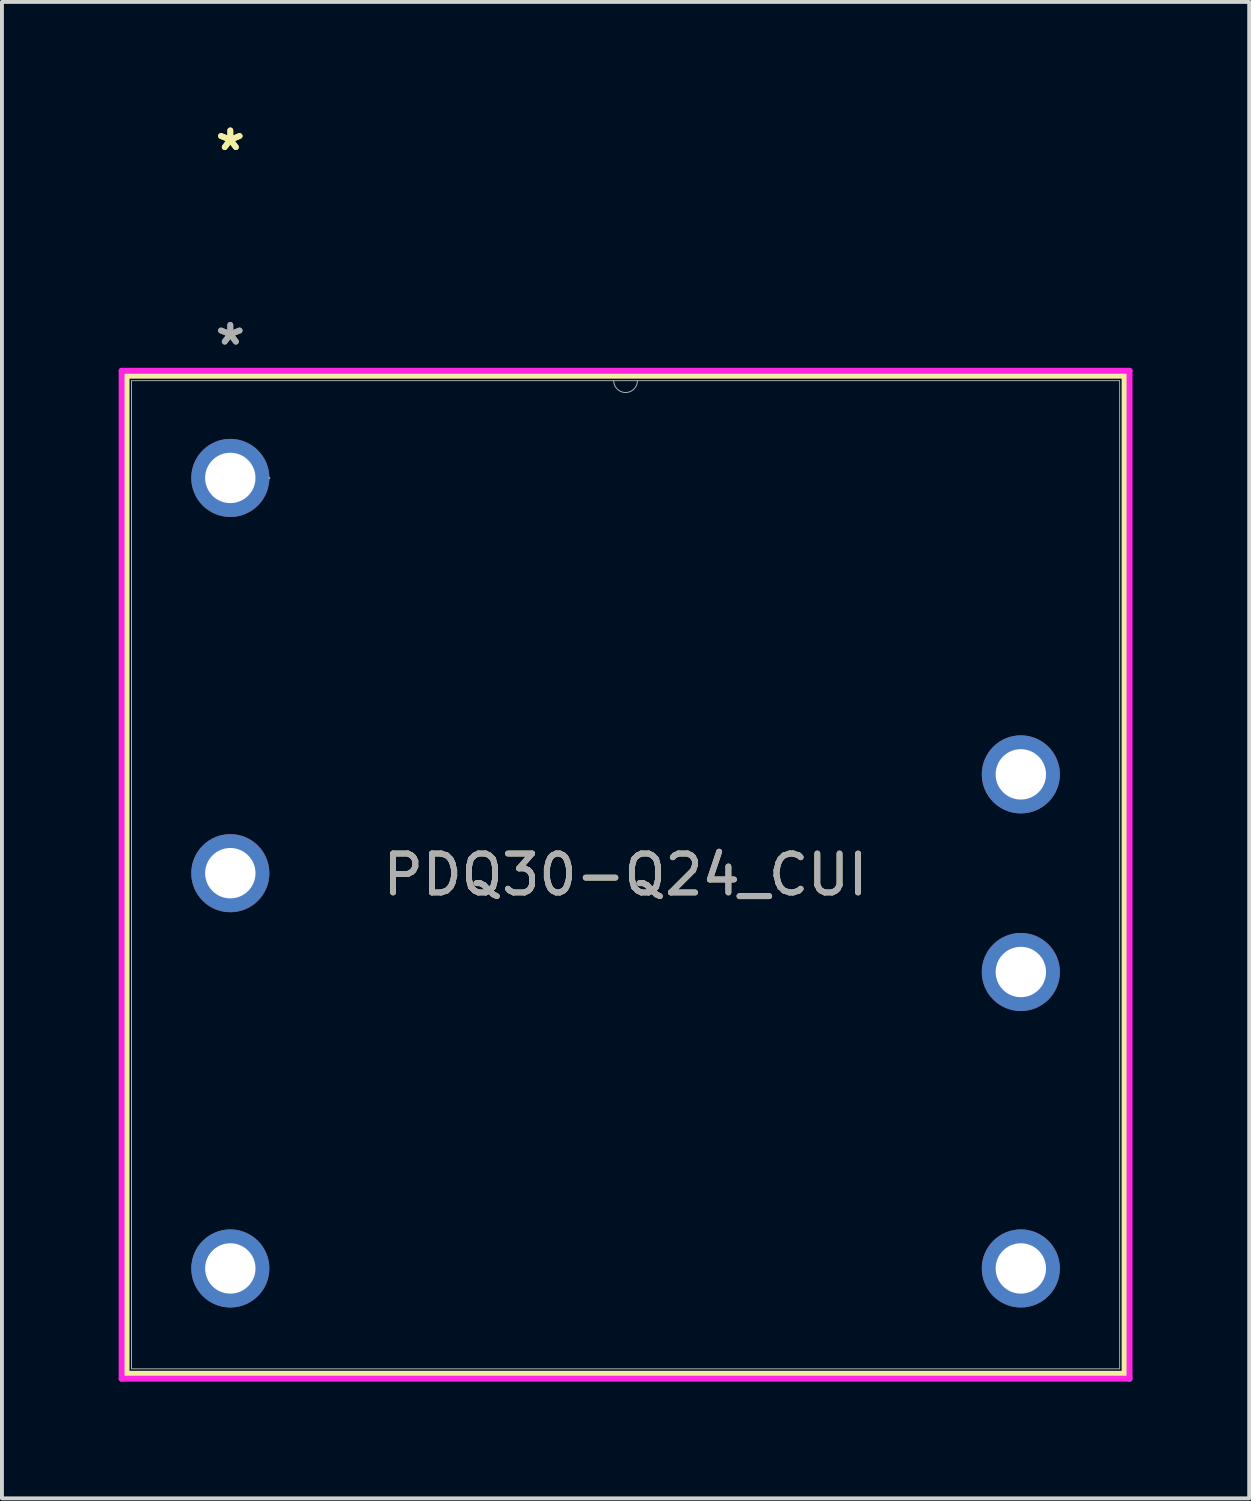
<source format=kicad_pcb>
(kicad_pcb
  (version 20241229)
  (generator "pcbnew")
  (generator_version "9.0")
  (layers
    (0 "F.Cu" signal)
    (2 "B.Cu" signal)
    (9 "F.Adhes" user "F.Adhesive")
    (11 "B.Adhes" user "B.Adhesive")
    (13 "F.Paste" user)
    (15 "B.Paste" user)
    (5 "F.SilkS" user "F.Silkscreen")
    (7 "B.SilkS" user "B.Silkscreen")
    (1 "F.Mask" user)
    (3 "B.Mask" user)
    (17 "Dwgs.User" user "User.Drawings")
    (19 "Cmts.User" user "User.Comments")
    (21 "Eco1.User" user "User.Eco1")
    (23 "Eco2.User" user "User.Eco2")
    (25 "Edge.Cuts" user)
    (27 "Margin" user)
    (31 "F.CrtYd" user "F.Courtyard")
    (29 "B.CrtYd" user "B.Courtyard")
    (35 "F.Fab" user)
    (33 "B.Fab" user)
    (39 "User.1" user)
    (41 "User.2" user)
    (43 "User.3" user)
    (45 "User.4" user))
  (footprint "PDQ30-Q24_CUI"
    (layer "F.Cu")
    (at 23.19 16.855)
    (property "Reference" "PDQ30-Q24_CUI" (at -10.16 2.58 0) (unlocked yes) (layer "F.SilkS") (effects (font (size 1 1) (thickness 0.15))))
    (attr through_hole)
    (fp_line (start -22.987 -10.247) (end -22.987 15.407) (stroke (width 0.152) (type solid)) (layer "F.SilkS"))
    (fp_line (start -22.987 15.407) (end 2.667 15.407) (stroke (width 0.152) (type solid)) (layer "F.SilkS"))
    (fp_line (start 2.667 -10.247) (end -22.987 -10.247) (stroke (width 0.152) (type solid)) (layer "F.SilkS"))
    (fp_line (start 2.667 15.407) (end 2.667 -10.247) (stroke (width 0.152) (type solid)) (layer "F.SilkS"))
    (fp_line (start -23.114 -10.374) (end 2.794 -10.374) (stroke (width 0.152) (type solid)) (layer "F.CrtYd"))
    (fp_line (start -23.114 15.534) (end -23.114 -10.374) (stroke (width 0.152) (type solid)) (layer "F.CrtYd"))
    (fp_line (start 2.794 -10.374) (end 2.794 15.534) (stroke (width 0.152) (type solid)) (layer "F.CrtYd"))
    (fp_line (start 2.794 15.534) (end -23.114 15.534) (stroke (width 0.152) (type solid)) (layer "F.CrtYd"))
    (fp_line (start -22.86 -10.12) (end -22.86 15.28) (stroke (width 0.025) (type solid)) (layer "F.Fab"))
    (fp_line (start -22.86 15.28) (end 2.54 15.28) (stroke (width 0.025) (type solid)) (layer "F.Fab"))
    (fp_line (start 2.54 -10.12) (end -22.86 -10.12) (stroke (width 0.025) (type solid)) (layer "F.Fab"))
    (fp_line (start 2.54 15.28) (end 2.54 -10.12) (stroke (width 0.025) (type solid)) (layer "F.Fab"))
    (fp_arc (start -9.8552 -10.12) (mid -10.16 -9.8152) (end -10.4648 -10.12) (stroke (width 0.0254) (type solid)) (layer "F.Fab"))
    (fp_circle (center -19.317 -7.62) (end -19.317 -7.62) (stroke (width 0.025) (type solid)) (fill no) (layer "F.Fab"))
    (fp_text user "*" (at -20.32 -16.007 0) (layer "F.SilkS") (effects (font (size 1 1) (thickness 0.15))))
    (fp_text user "*" (at -20.32 -16.007 0) (unlocked yes) (layer "F.SilkS") (effects (font (size 1 1) (thickness 0.15))))
    (fp_text user "${REFERENCE}" (at -10.16 2.58 0) (unlocked yes) (layer "F.Fab") (effects (font (size 1 1) (thickness 0.15))))
    (fp_text user "*" (at -20.32 -11.007 0) (unlocked yes) (layer "F.Fab") (effects (font (size 1 1) (thickness 0.15))))
    (fp_text user "*" (at -20.32 -11.007 0) (layer "F.Fab") (effects (font (size 1 1) (thickness 0.15))))
    (pad "1" thru_hole circle (at 0 0) (size 2.007 2.007) (drill 1.295) (layers "*.Cu" "*.Mask"))
    (pad "2" thru_hole circle (at 0 5.08) (size 2.007 2.007) (drill 1.295) (layers "*.Cu" "*.Mask"))
    (pad "3" thru_hole circle (at -20.32 -7.62) (size 2.007 2.007) (drill 1.295) (layers "*.Cu" "*.Mask"))
    (pad "4" thru_hole circle (at -20.32 2.54) (size 2.007 2.007) (drill 1.295) (layers "*.Cu" "*.Mask"))
    (pad "5" thru_hole circle (at -20.32 12.7) (size 2.007 2.007) (drill 1.295) (layers "*.Cu" "*.Mask"))
    (pad "6" thru_hole circle (at 0 12.7) (size 2.007 2.007) (drill 1.295) (layers "*.Cu" "*.Mask")))
  (gr_rect
    (start -3 -3)
    (end 29.06 35.465)
    (stroke (width 0.1) (type default))
    (fill no)
    (layer "Edge.Cuts")))
</source>
